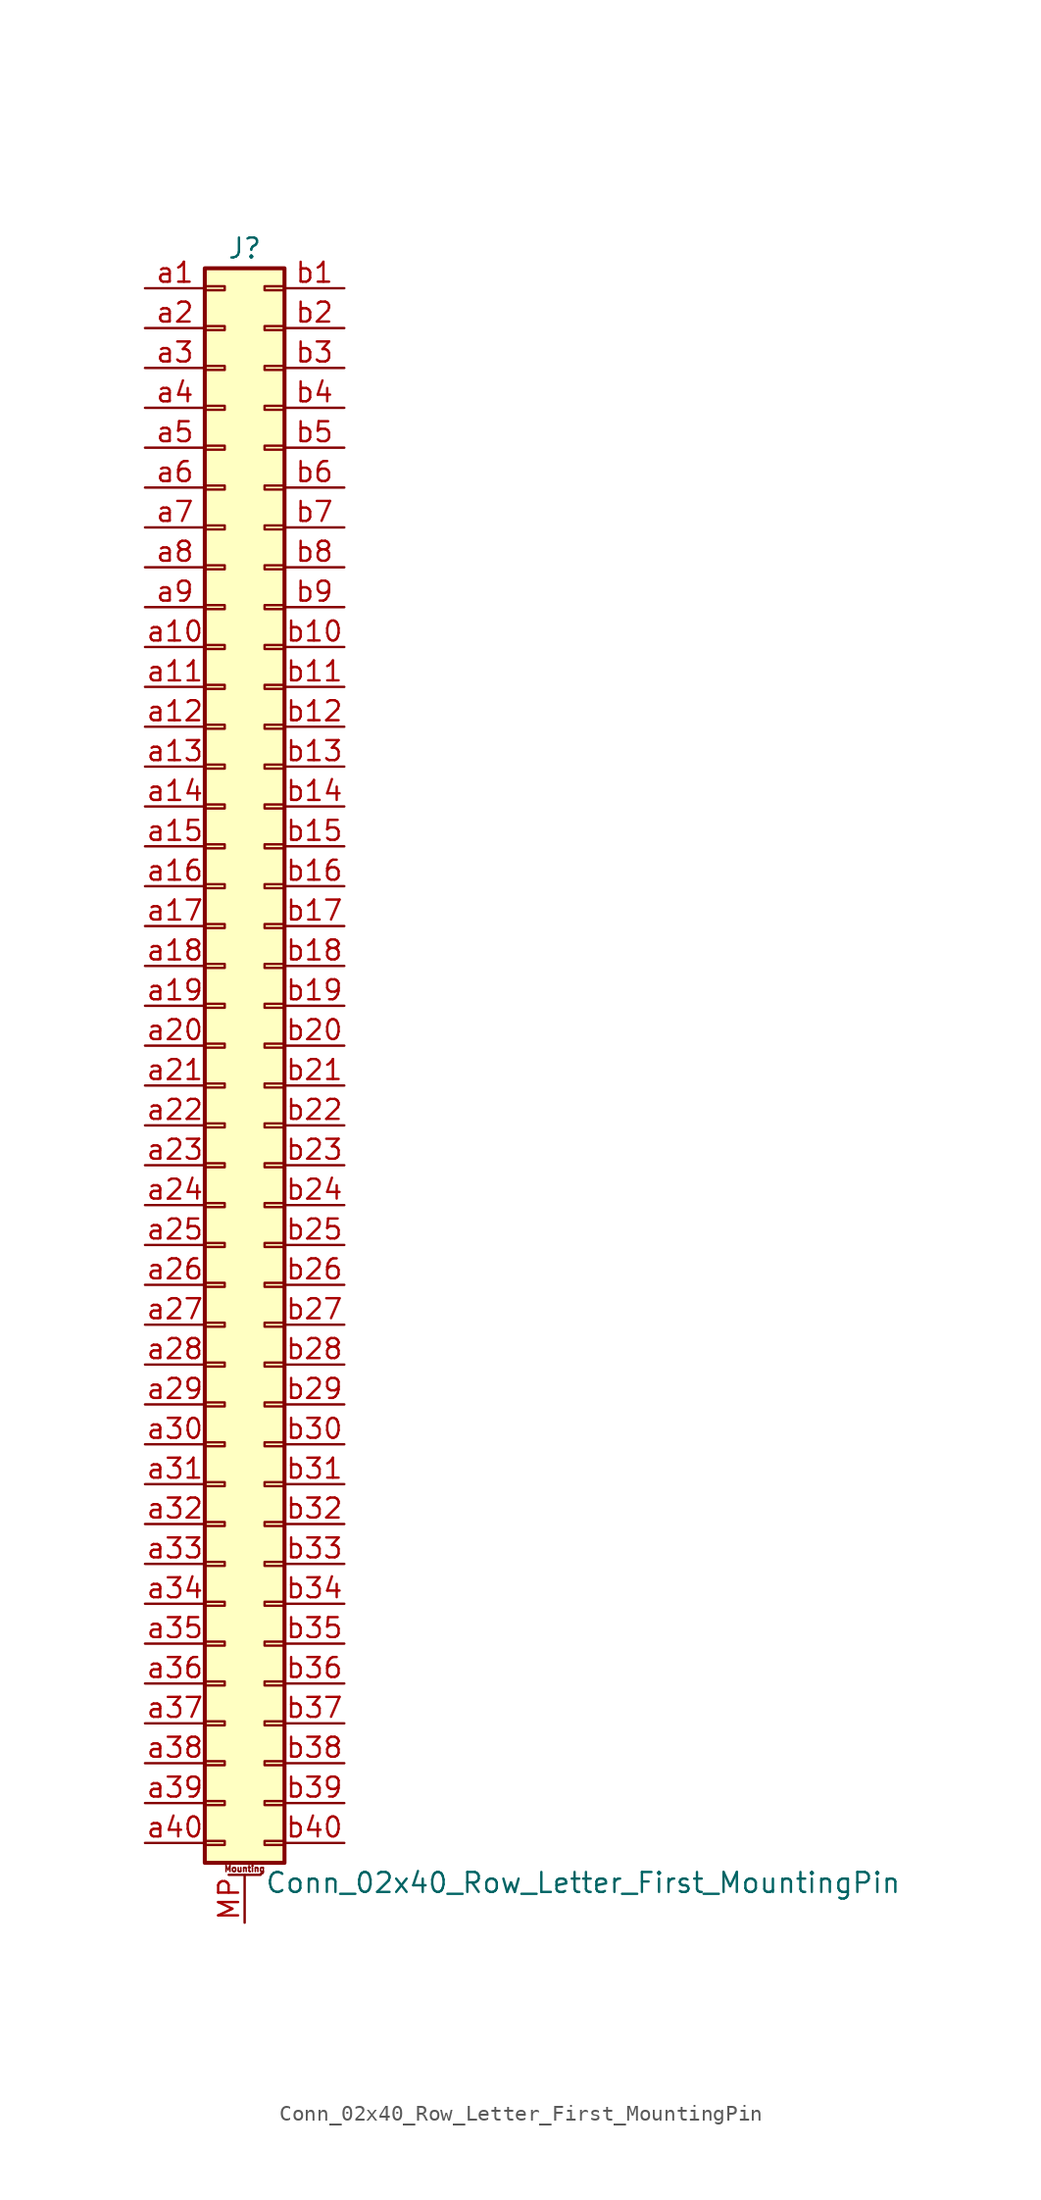
<source format=kicad_sym>
(kicad_symbol_lib
  (version 20201005)
  (generator kicad_symbol_editor)
  (symbol "Conn_02x40_Row_Letter_First_MountingPin"
    (pin_names
      (offset 1.016) hide)
    (property "Reference" "J"
      (at 1.27 50.8 0)
      (effects (font (size 1.27 1.27))))
    (property "Value" "Conn_02x40_Row_Letter_First_MountingPin"
      (at 2.54 -53.34 0)
      (effects (font (size 1.27 1.27)) (justify left)))
    (symbol "Conn_02x40_Row_Letter_First_MountingPin_1_1"
      (text "Mounting" (at 1.27 -52.451 0) (effects (font (size 0.381 0.381))))
      (rectangle (start -1.27 -50.673) (end 0 -50.927) (stroke (width 0.152)) (fill (type none)))
      (rectangle (start -1.27 -48.133) (end 0 -48.387) (stroke (width 0.152)) (fill (type none)))
      (rectangle (start -1.27 -45.593) (end 0 -45.847) (stroke (width 0.152)) (fill (type none)))
      (rectangle (start -1.27 -43.053) (end 0 -43.307) (stroke (width 0.152)) (fill (type none)))
      (rectangle (start -1.27 -40.513) (end 0 -40.767) (stroke (width 0.152)) (fill (type none)))
      (rectangle (start -1.27 -37.973) (end 0 -38.227) (stroke (width 0.152)) (fill (type none)))
      (rectangle (start -1.27 -35.433) (end 0 -35.687) (stroke (width 0.152)) (fill (type none)))
      (rectangle (start -1.27 -32.893) (end 0 -33.147) (stroke (width 0.152)) (fill (type none)))
      (rectangle (start -1.27 -30.353) (end 0 -30.607) (stroke (width 0.152)) (fill (type none)))
      (rectangle (start -1.27 -27.813) (end 0 -28.067) (stroke (width 0.152)) (fill (type none)))
      (rectangle (start -1.27 -25.273) (end 0 -25.527) (stroke (width 0.152)) (fill (type none)))
      (rectangle (start -1.27 -22.733) (end 0 -22.987) (stroke (width 0.152)) (fill (type none)))
      (rectangle (start -1.27 -20.193) (end 0 -20.447) (stroke (width 0.152)) (fill (type none)))
      (rectangle (start -1.27 -17.653) (end 0 -17.907) (stroke (width 0.152)) (fill (type none)))
      (rectangle (start -1.27 -15.113) (end 0 -15.367) (stroke (width 0.152)) (fill (type none)))
      (rectangle (start -1.27 -12.573) (end 0 -12.827) (stroke (width 0.152)) (fill (type none)))
      (rectangle (start -1.27 -10.033) (end 0 -10.287) (stroke (width 0.152)) (fill (type none)))
      (rectangle (start -1.27 -7.493) (end 0 -7.747) (stroke (width 0.152)) (fill (type none)))
      (rectangle (start -1.27 -4.953) (end 0 -5.207) (stroke (width 0.152)) (fill (type none)))
      (rectangle (start -1.27 -2.413) (end 0 -2.667) (stroke (width 0.152)) (fill (type none)))
      (rectangle (start -1.27 0.127) (end 0 -0.127) (stroke (width 0.152)) (fill (type none)))
      (rectangle (start -1.27 2.667) (end 0 2.413) (stroke (width 0.152)) (fill (type none)))
      (rectangle (start -1.27 5.207) (end 0 4.953) (stroke (width 0.152)) (fill (type none)))
      (rectangle (start -1.27 7.747) (end 0 7.493) (stroke (width 0.152)) (fill (type none)))
      (rectangle (start -1.27 10.287) (end 0 10.033) (stroke (width 0.152)) (fill (type none)))
      (rectangle (start -1.27 12.827) (end 0 12.573) (stroke (width 0.152)) (fill (type none)))
      (rectangle (start -1.27 15.367) (end 0 15.113) (stroke (width 0.152)) (fill (type none)))
      (rectangle (start -1.27 17.907) (end 0 17.653) (stroke (width 0.152)) (fill (type none)))
      (rectangle (start -1.27 20.447) (end 0 20.193) (stroke (width 0.152)) (fill (type none)))
      (rectangle (start -1.27 22.987) (end 0 22.733) (stroke (width 0.152)) (fill (type none)))
      (rectangle (start -1.27 25.527) (end 0 25.273) (stroke (width 0.152)) (fill (type none)))
      (rectangle (start -1.27 28.067) (end 0 27.813) (stroke (width 0.152)) (fill (type none)))
      (rectangle (start -1.27 30.607) (end 0 30.353) (stroke (width 0.152)) (fill (type none)))
      (rectangle (start -1.27 33.147) (end 0 32.893) (stroke (width 0.152)) (fill (type none)))
      (rectangle (start -1.27 35.687) (end 0 35.433) (stroke (width 0.152)) (fill (type none)))
      (rectangle (start -1.27 38.227) (end 0 37.973) (stroke (width 0.152)) (fill (type none)))
      (rectangle (start -1.27 40.767) (end 0 40.513) (stroke (width 0.152)) (fill (type none)))
      (rectangle (start -1.27 43.307) (end 0 43.053) (stroke (width 0.152)) (fill (type none)))
      (rectangle (start -1.27 45.847) (end 0 45.593) (stroke (width 0.152)) (fill (type none)))
      (rectangle (start -1.27 48.387) (end 0 48.133) (stroke (width 0.152)) (fill (type none)))
      (rectangle (start 3.81 -50.673) (end 2.54 -50.927) (stroke (width 0.152)) (fill (type none)))
      (rectangle (start 3.81 -48.133) (end 2.54 -48.387) (stroke (width 0.152)) (fill (type none)))
      (rectangle (start 3.81 -45.593) (end 2.54 -45.847) (stroke (width 0.152)) (fill (type none)))
      (rectangle (start 3.81 -43.053) (end 2.54 -43.307) (stroke (width 0.152)) (fill (type none)))
      (rectangle (start 3.81 -40.513) (end 2.54 -40.767) (stroke (width 0.152)) (fill (type none)))
      (rectangle (start 3.81 -37.973) (end 2.54 -38.227) (stroke (width 0.152)) (fill (type none)))
      (rectangle (start 3.81 -35.433) (end 2.54 -35.687) (stroke (width 0.152)) (fill (type none)))
      (rectangle (start 3.81 -32.893) (end 2.54 -33.147) (stroke (width 0.152)) (fill (type none)))
      (rectangle (start 3.81 -30.353) (end 2.54 -30.607) (stroke (width 0.152)) (fill (type none)))
      (rectangle (start 3.81 -27.813) (end 2.54 -28.067) (stroke (width 0.152)) (fill (type none)))
      (rectangle (start 3.81 -25.273) (end 2.54 -25.527) (stroke (width 0.152)) (fill (type none)))
      (rectangle (start 3.81 -22.733) (end 2.54 -22.987) (stroke (width 0.152)) (fill (type none)))
      (rectangle (start 3.81 -20.193) (end 2.54 -20.447) (stroke (width 0.152)) (fill (type none)))
      (rectangle (start 3.81 -17.653) (end 2.54 -17.907) (stroke (width 0.152)) (fill (type none)))
      (rectangle (start 3.81 -15.113) (end 2.54 -15.367) (stroke (width 0.152)) (fill (type none)))
      (rectangle (start 3.81 -12.573) (end 2.54 -12.827) (stroke (width 0.152)) (fill (type none)))
      (rectangle (start 3.81 -10.033) (end 2.54 -10.287) (stroke (width 0.152)) (fill (type none)))
      (rectangle (start 3.81 -7.493) (end 2.54 -7.747) (stroke (width 0.152)) (fill (type none)))
      (rectangle (start 3.81 -4.953) (end 2.54 -5.207) (stroke (width 0.152)) (fill (type none)))
      (rectangle (start 3.81 -2.413) (end 2.54 -2.667) (stroke (width 0.152)) (fill (type none)))
      (rectangle (start 3.81 0.127) (end 2.54 -0.127) (stroke (width 0.152)) (fill (type none)))
      (rectangle (start 3.81 2.667) (end 2.54 2.413) (stroke (width 0.152)) (fill (type none)))
      (rectangle (start 3.81 5.207) (end 2.54 4.953) (stroke (width 0.152)) (fill (type none)))
      (rectangle (start 3.81 7.747) (end 2.54 7.493) (stroke (width 0.152)) (fill (type none)))
      (rectangle (start 3.81 10.287) (end 2.54 10.033) (stroke (width 0.152)) (fill (type none)))
      (rectangle (start 3.81 12.827) (end 2.54 12.573) (stroke (width 0.152)) (fill (type none)))
      (rectangle (start 3.81 15.367) (end 2.54 15.113) (stroke (width 0.152)) (fill (type none)))
      (rectangle (start 3.81 17.907) (end 2.54 17.653) (stroke (width 0.152)) (fill (type none)))
      (rectangle (start 3.81 20.447) (end 2.54 20.193) (stroke (width 0.152)) (fill (type none)))
      (rectangle (start 3.81 22.987) (end 2.54 22.733) (stroke (width 0.152)) (fill (type none)))
      (rectangle (start 3.81 25.527) (end 2.54 25.273) (stroke (width 0.152)) (fill (type none)))
      (rectangle (start 3.81 28.067) (end 2.54 27.813) (stroke (width 0.152)) (fill (type none)))
      (rectangle (start 3.81 30.607) (end 2.54 30.353) (stroke (width 0.152)) (fill (type none)))
      (rectangle (start 3.81 33.147) (end 2.54 32.893) (stroke (width 0.152)) (fill (type none)))
      (rectangle (start 3.81 35.687) (end 2.54 35.433) (stroke (width 0.152)) (fill (type none)))
      (rectangle (start 3.81 38.227) (end 2.54 37.973) (stroke (width 0.152)) (fill (type none)))
      (rectangle (start 3.81 40.767) (end 2.54 40.513) (stroke (width 0.152)) (fill (type none)))
      (rectangle (start 3.81 43.307) (end 2.54 43.053) (stroke (width 0.152)) (fill (type none)))
      (rectangle (start 3.81 45.847) (end 2.54 45.593) (stroke (width 0.152)) (fill (type none)))
      (rectangle (start 3.81 48.387) (end 2.54 48.133) (stroke (width 0.152)) (fill (type none)))
      (rectangle (start -1.27 49.53) (end 3.81 -52.07) (stroke (width 0.254)) (fill (type background)))
      (polyline (pts (xy 0.254 -52.832) (xy 2.286 -52.832)) (stroke (width 0.152)) (fill (type none)))
      (pin passive line (at 1.27 -55.88 90) (length 3.048) (name "MountPin" (effects (font (size 1.27 1.27)))) (number "MP" (effects (font (size 1.27 1.27)))))
      (pin passive line (at -5.08 48.26 0) (length 3.81) (name "Pin_a1" (effects (font (size 1.27 1.27)))) (number "a1" (effects (font (size 1.27 1.27)))))
      (pin passive line (at -5.08 25.4 0) (length 3.81) (name "Pin_a10" (effects (font (size 1.27 1.27)))) (number "a10" (effects (font (size 1.27 1.27)))))
      (pin passive line (at -5.08 22.86 0) (length 3.81) (name "Pin_a11" (effects (font (size 1.27 1.27)))) (number "a11" (effects (font (size 1.27 1.27)))))
      (pin passive line (at -5.08 20.32 0) (length 3.81) (name "Pin_a12" (effects (font (size 1.27 1.27)))) (number "a12" (effects (font (size 1.27 1.27)))))
      (pin passive line (at -5.08 17.78 0) (length 3.81) (name "Pin_a13" (effects (font (size 1.27 1.27)))) (number "a13" (effects (font (size 1.27 1.27)))))
      (pin passive line (at -5.08 15.24 0) (length 3.81) (name "Pin_a14" (effects (font (size 1.27 1.27)))) (number "a14" (effects (font (size 1.27 1.27)))))
      (pin passive line (at -5.08 12.7 0) (length 3.81) (name "Pin_a15" (effects (font (size 1.27 1.27)))) (number "a15" (effects (font (size 1.27 1.27)))))
      (pin passive line (at -5.08 10.16 0) (length 3.81) (name "Pin_a16" (effects (font (size 1.27 1.27)))) (number "a16" (effects (font (size 1.27 1.27)))))
      (pin passive line (at -5.08 7.62 0) (length 3.81) (name "Pin_a17" (effects (font (size 1.27 1.27)))) (number "a17" (effects (font (size 1.27 1.27)))))
      (pin passive line (at -5.08 5.08 0) (length 3.81) (name "Pin_a18" (effects (font (size 1.27 1.27)))) (number "a18" (effects (font (size 1.27 1.27)))))
      (pin passive line (at -5.08 2.54 0) (length 3.81) (name "Pin_a19" (effects (font (size 1.27 1.27)))) (number "a19" (effects (font (size 1.27 1.27)))))
      (pin passive line (at -5.08 45.72 0) (length 3.81) (name "Pin_a2" (effects (font (size 1.27 1.27)))) (number "a2" (effects (font (size 1.27 1.27)))))
      (pin passive line (at -5.08 0 0) (length 3.81) (name "Pin_a20" (effects (font (size 1.27 1.27)))) (number "a20" (effects (font (size 1.27 1.27)))))
      (pin passive line (at -5.08 -2.54 0) (length 3.81) (name "Pin_a21" (effects (font (size 1.27 1.27)))) (number "a21" (effects (font (size 1.27 1.27)))))
      (pin passive line (at -5.08 -5.08 0) (length 3.81) (name "Pin_a22" (effects (font (size 1.27 1.27)))) (number "a22" (effects (font (size 1.27 1.27)))))
      (pin passive line (at -5.08 -7.62 0) (length 3.81) (name "Pin_a23" (effects (font (size 1.27 1.27)))) (number "a23" (effects (font (size 1.27 1.27)))))
      (pin passive line (at -5.08 -10.16 0) (length 3.81) (name "Pin_a24" (effects (font (size 1.27 1.27)))) (number "a24" (effects (font (size 1.27 1.27)))))
      (pin passive line (at -5.08 -12.7 0) (length 3.81) (name "Pin_a25" (effects (font (size 1.27 1.27)))) (number "a25" (effects (font (size 1.27 1.27)))))
      (pin passive line (at -5.08 -15.24 0) (length 3.81) (name "Pin_a26" (effects (font (size 1.27 1.27)))) (number "a26" (effects (font (size 1.27 1.27)))))
      (pin passive line (at -5.08 -17.78 0) (length 3.81) (name "Pin_a27" (effects (font (size 1.27 1.27)))) (number "a27" (effects (font (size 1.27 1.27)))))
      (pin passive line (at -5.08 -20.32 0) (length 3.81) (name "Pin_a28" (effects (font (size 1.27 1.27)))) (number "a28" (effects (font (size 1.27 1.27)))))
      (pin passive line (at -5.08 -22.86 0) (length 3.81) (name "Pin_a29" (effects (font (size 1.27 1.27)))) (number "a29" (effects (font (size 1.27 1.27)))))
      (pin passive line (at -5.08 43.18 0) (length 3.81) (name "Pin_a3" (effects (font (size 1.27 1.27)))) (number "a3" (effects (font (size 1.27 1.27)))))
      (pin passive line (at -5.08 -25.4 0) (length 3.81) (name "Pin_a30" (effects (font (size 1.27 1.27)))) (number "a30" (effects (font (size 1.27 1.27)))))
      (pin passive line (at -5.08 -27.94 0) (length 3.81) (name "Pin_a31" (effects (font (size 1.27 1.27)))) (number "a31" (effects (font (size 1.27 1.27)))))
      (pin passive line (at -5.08 -30.48 0) (length 3.81) (name "Pin_a32" (effects (font (size 1.27 1.27)))) (number "a32" (effects (font (size 1.27 1.27)))))
      (pin passive line (at -5.08 -33.02 0) (length 3.81) (name "Pin_a33" (effects (font (size 1.27 1.27)))) (number "a33" (effects (font (size 1.27 1.27)))))
      (pin passive line (at -5.08 -35.56 0) (length 3.81) (name "Pin_a34" (effects (font (size 1.27 1.27)))) (number "a34" (effects (font (size 1.27 1.27)))))
      (pin passive line (at -5.08 -38.1 0) (length 3.81) (name "Pin_a35" (effects (font (size 1.27 1.27)))) (number "a35" (effects (font (size 1.27 1.27)))))
      (pin passive line (at -5.08 -40.64 0) (length 3.81) (name "Pin_a36" (effects (font (size 1.27 1.27)))) (number "a36" (effects (font (size 1.27 1.27)))))
      (pin passive line (at -5.08 -43.18 0) (length 3.81) (name "Pin_a37" (effects (font (size 1.27 1.27)))) (number "a37" (effects (font (size 1.27 1.27)))))
      (pin passive line (at -5.08 -45.72 0) (length 3.81) (name "Pin_a38" (effects (font (size 1.27 1.27)))) (number "a38" (effects (font (size 1.27 1.27)))))
      (pin passive line (at -5.08 -48.26 0) (length 3.81) (name "Pin_a39" (effects (font (size 1.27 1.27)))) (number "a39" (effects (font (size 1.27 1.27)))))
      (pin passive line (at -5.08 40.64 0) (length 3.81) (name "Pin_a4" (effects (font (size 1.27 1.27)))) (number "a4" (effects (font (size 1.27 1.27)))))
      (pin passive line (at -5.08 -50.8 0) (length 3.81) (name "Pin_a40" (effects (font (size 1.27 1.27)))) (number "a40" (effects (font (size 1.27 1.27)))))
      (pin passive line (at -5.08 38.1 0) (length 3.81) (name "Pin_a5" (effects (font (size 1.27 1.27)))) (number "a5" (effects (font (size 1.27 1.27)))))
      (pin passive line (at -5.08 35.56 0) (length 3.81) (name "Pin_a6" (effects (font (size 1.27 1.27)))) (number "a6" (effects (font (size 1.27 1.27)))))
      (pin passive line (at -5.08 33.02 0) (length 3.81) (name "Pin_a7" (effects (font (size 1.27 1.27)))) (number "a7" (effects (font (size 1.27 1.27)))))
      (pin passive line (at -5.08 30.48 0) (length 3.81) (name "Pin_a8" (effects (font (size 1.27 1.27)))) (number "a8" (effects (font (size 1.27 1.27)))))
      (pin passive line (at -5.08 27.94 0) (length 3.81) (name "Pin_a9" (effects (font (size 1.27 1.27)))) (number "a9" (effects (font (size 1.27 1.27)))))
      (pin passive line (at 7.62 48.26 180) (length 3.81) (name "Pin_b1" (effects (font (size 1.27 1.27)))) (number "b1" (effects (font (size 1.27 1.27)))))
      (pin passive line (at 7.62 25.4 180) (length 3.81) (name "Pin_b10" (effects (font (size 1.27 1.27)))) (number "b10" (effects (font (size 1.27 1.27)))))
      (pin passive line (at 7.62 22.86 180) (length 3.81) (name "Pin_b11" (effects (font (size 1.27 1.27)))) (number "b11" (effects (font (size 1.27 1.27)))))
      (pin passive line (at 7.62 20.32 180) (length 3.81) (name "Pin_b12" (effects (font (size 1.27 1.27)))) (number "b12" (effects (font (size 1.27 1.27)))))
      (pin passive line (at 7.62 17.78 180) (length 3.81) (name "Pin_b13" (effects (font (size 1.27 1.27)))) (number "b13" (effects (font (size 1.27 1.27)))))
      (pin passive line (at 7.62 15.24 180) (length 3.81) (name "Pin_b14" (effects (font (size 1.27 1.27)))) (number "b14" (effects (font (size 1.27 1.27)))))
      (pin passive line (at 7.62 12.7 180) (length 3.81) (name "Pin_b15" (effects (font (size 1.27 1.27)))) (number "b15" (effects (font (size 1.27 1.27)))))
      (pin passive line (at 7.62 10.16 180) (length 3.81) (name "Pin_b16" (effects (font (size 1.27 1.27)))) (number "b16" (effects (font (size 1.27 1.27)))))
      (pin passive line (at 7.62 7.62 180) (length 3.81) (name "Pin_b17" (effects (font (size 1.27 1.27)))) (number "b17" (effects (font (size 1.27 1.27)))))
      (pin passive line (at 7.62 5.08 180) (length 3.81) (name "Pin_b18" (effects (font (size 1.27 1.27)))) (number "b18" (effects (font (size 1.27 1.27)))))
      (pin passive line (at 7.62 2.54 180) (length 3.81) (name "Pin_b19" (effects (font (size 1.27 1.27)))) (number "b19" (effects (font (size 1.27 1.27)))))
      (pin passive line (at 7.62 45.72 180) (length 3.81) (name "Pin_b2" (effects (font (size 1.27 1.27)))) (number "b2" (effects (font (size 1.27 1.27)))))
      (pin passive line (at 7.62 0 180) (length 3.81) (name "Pin_b20" (effects (font (size 1.27 1.27)))) (number "b20" (effects (font (size 1.27 1.27)))))
      (pin passive line (at 7.62 -2.54 180) (length 3.81) (name "Pin_b21" (effects (font (size 1.27 1.27)))) (number "b21" (effects (font (size 1.27 1.27)))))
      (pin passive line (at 7.62 -5.08 180) (length 3.81) (name "Pin_b22" (effects (font (size 1.27 1.27)))) (number "b22" (effects (font (size 1.27 1.27)))))
      (pin passive line (at 7.62 -7.62 180) (length 3.81) (name "Pin_b23" (effects (font (size 1.27 1.27)))) (number "b23" (effects (font (size 1.27 1.27)))))
      (pin passive line (at 7.62 -10.16 180) (length 3.81) (name "Pin_b24" (effects (font (size 1.27 1.27)))) (number "b24" (effects (font (size 1.27 1.27)))))
      (pin passive line (at 7.62 -12.7 180) (length 3.81) (name "Pin_b25" (effects (font (size 1.27 1.27)))) (number "b25" (effects (font (size 1.27 1.27)))))
      (pin passive line (at 7.62 -15.24 180) (length 3.81) (name "Pin_b26" (effects (font (size 1.27 1.27)))) (number "b26" (effects (font (size 1.27 1.27)))))
      (pin passive line (at 7.62 -17.78 180) (length 3.81) (name "Pin_b27" (effects (font (size 1.27 1.27)))) (number "b27" (effects (font (size 1.27 1.27)))))
      (pin passive line (at 7.62 -20.32 180) (length 3.81) (name "Pin_b28" (effects (font (size 1.27 1.27)))) (number "b28" (effects (font (size 1.27 1.27)))))
      (pin passive line (at 7.62 -22.86 180) (length 3.81) (name "Pin_b29" (effects (font (size 1.27 1.27)))) (number "b29" (effects (font (size 1.27 1.27)))))
      (pin passive line (at 7.62 43.18 180) (length 3.81) (name "Pin_b3" (effects (font (size 1.27 1.27)))) (number "b3" (effects (font (size 1.27 1.27)))))
      (pin passive line (at 7.62 -25.4 180) (length 3.81) (name "Pin_b30" (effects (font (size 1.27 1.27)))) (number "b30" (effects (font (size 1.27 1.27)))))
      (pin passive line (at 7.62 -27.94 180) (length 3.81) (name "Pin_b31" (effects (font (size 1.27 1.27)))) (number "b31" (effects (font (size 1.27 1.27)))))
      (pin passive line (at 7.62 -30.48 180) (length 3.81) (name "Pin_b32" (effects (font (size 1.27 1.27)))) (number "b32" (effects (font (size 1.27 1.27)))))
      (pin passive line (at 7.62 -33.02 180) (length 3.81) (name "Pin_b33" (effects (font (size 1.27 1.27)))) (number "b33" (effects (font (size 1.27 1.27)))))
      (pin passive line (at 7.62 -35.56 180) (length 3.81) (name "Pin_b34" (effects (font (size 1.27 1.27)))) (number "b34" (effects (font (size 1.27 1.27)))))
      (pin passive line (at 7.62 -38.1 180) (length 3.81) (name "Pin_b35" (effects (font (size 1.27 1.27)))) (number "b35" (effects (font (size 1.27 1.27)))))
      (pin passive line (at 7.62 -40.64 180) (length 3.81) (name "Pin_b36" (effects (font (size 1.27 1.27)))) (number "b36" (effects (font (size 1.27 1.27)))))
      (pin passive line (at 7.62 -43.18 180) (length 3.81) (name "Pin_b37" (effects (font (size 1.27 1.27)))) (number "b37" (effects (font (size 1.27 1.27)))))
      (pin passive line (at 7.62 -45.72 180) (length 3.81) (name "Pin_b38" (effects (font (size 1.27 1.27)))) (number "b38" (effects (font (size 1.27 1.27)))))
      (pin passive line (at 7.62 -48.26 180) (length 3.81) (name "Pin_b39" (effects (font (size 1.27 1.27)))) (number "b39" (effects (font (size 1.27 1.27)))))
      (pin passive line (at 7.62 40.64 180) (length 3.81) (name "Pin_b4" (effects (font (size 1.27 1.27)))) (number "b4" (effects (font (size 1.27 1.27)))))
      (pin passive line (at 7.62 -50.8 180) (length 3.81) (name "Pin_b40" (effects (font (size 1.27 1.27)))) (number "b40" (effects (font (size 1.27 1.27)))))
      (pin passive line (at 7.62 38.1 180) (length 3.81) (name "Pin_b5" (effects (font (size 1.27 1.27)))) (number "b5" (effects (font (size 1.27 1.27)))))
      (pin passive line (at 7.62 35.56 180) (length 3.81) (name "Pin_b6" (effects (font (size 1.27 1.27)))) (number "b6" (effects (font (size 1.27 1.27)))))
      (pin passive line (at 7.62 33.02 180) (length 3.81) (name "Pin_b7" (effects (font (size 1.27 1.27)))) (number "b7" (effects (font (size 1.27 1.27)))))
      (pin passive line (at 7.62 30.48 180) (length 3.81) (name "Pin_b8" (effects (font (size 1.27 1.27)))) (number "b8" (effects (font (size 1.27 1.27)))))
      (pin passive line (at 7.62 27.94 180) (length 3.81) (name "Pin_b9" (effects (font (size 1.27 1.27)))) (number "b9" (effects (font (size 1.27 1.27))))))))
</source>
